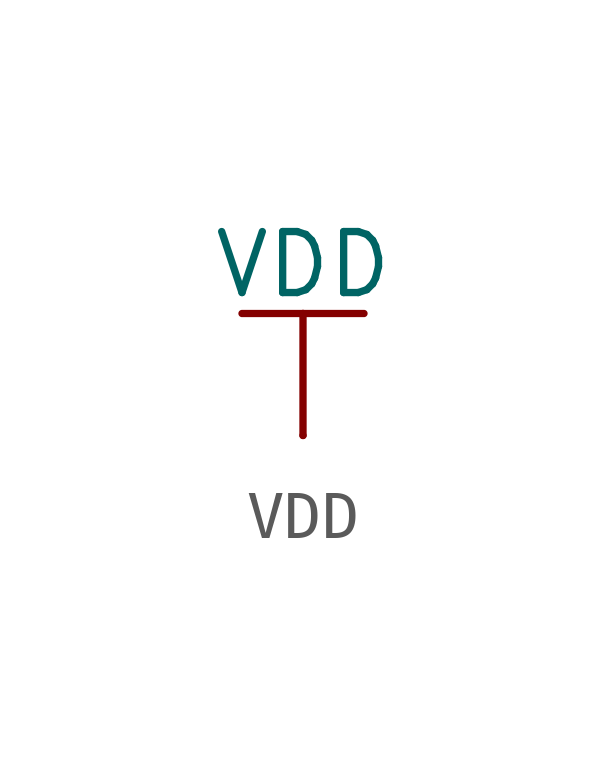
<source format=kicad_sym>
(kicad_symbol_lib
  (version 20231120)
  (generator "kicad_symbol_editor")
  (generator_version "8.0")
  (symbol "VDD"
    (power)
    (pin_numbers hide)
    (pin_names
      (offset 0) hide)
    (property "Reference" "#PWR"
      (at 0 -3.81 0)
      (effects (font (size 1.27 1.27)) (hide yes)))
    (property "Value" "VDD"
      (at 0 3.556 0)
      (effects (font (size 1.27 1.27))))
    (symbol "VDD_0_1"
      (polyline (pts (xy -1.27 2.54) (xy 0 2.54)) (stroke (width 0) (type default)) (fill (type none)))
      (polyline (pts (xy 0 0) (xy 0 2.54)) (stroke (width 0) (type default)) (fill (type none)))
      (polyline (pts (xy 0 2.54) (xy 1.27 2.54)) (stroke (width 0) (type default)) (fill (type none))))
    (symbol "VDD_1_1"
      (pin power_in line (at 0 0 90) (length 0) (name "~" (effects (font (size 1.27 1.27)))) (number "1" (effects (font (size 1.27 1.27))))))))
</source>
